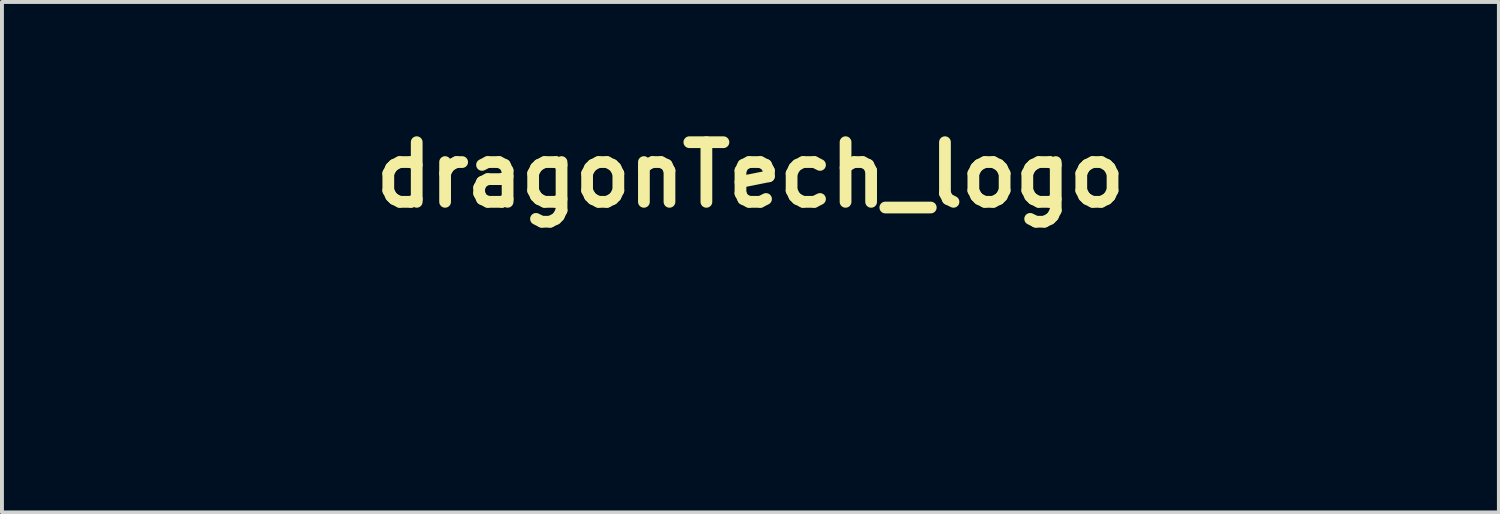
<source format=kicad_pcb>
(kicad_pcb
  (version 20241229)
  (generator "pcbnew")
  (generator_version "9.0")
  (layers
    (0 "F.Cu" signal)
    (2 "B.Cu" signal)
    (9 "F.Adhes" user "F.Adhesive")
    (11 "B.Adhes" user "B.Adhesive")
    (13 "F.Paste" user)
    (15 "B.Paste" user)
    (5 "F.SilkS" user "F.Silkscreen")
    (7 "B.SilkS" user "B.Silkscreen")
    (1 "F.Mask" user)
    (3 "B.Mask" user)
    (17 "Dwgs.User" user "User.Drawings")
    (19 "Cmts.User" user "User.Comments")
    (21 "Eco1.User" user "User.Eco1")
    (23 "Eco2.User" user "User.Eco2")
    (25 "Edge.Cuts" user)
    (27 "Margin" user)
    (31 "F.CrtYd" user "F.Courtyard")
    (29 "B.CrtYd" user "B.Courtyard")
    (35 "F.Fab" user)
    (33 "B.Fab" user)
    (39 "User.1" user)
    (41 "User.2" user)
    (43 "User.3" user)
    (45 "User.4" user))
  (footprint "dragonTech_logo"
    (layer "F.Cu")
    (at 16.125 4.918)
    (property "Reference" "dragonTech_logo" (at 0 -3.5 0) (layer "F.SilkS") (effects (font (size 1.524 1.524) (thickness 0.3))))
    (attr through_hole)
    (pad "" smd circle (at -16 -2) (size 0.25 0.25) (layers "F.Mask"))
    (pad "" smd circle (at -16 -1.5) (size 0.25 0.25) (layers "F.Mask"))
    (pad "" smd circle (at -16 -1) (size 0.25 0.25) (layers "F.Mask"))
    (pad "" smd circle (at -16 -0.5) (size 0.25 0.25) (layers "F.Mask"))
    (pad "" smd circle (at -16 0) (size 0.25 0.25) (layers "F.Mask"))
    (pad "" smd circle (at -16 0.5) (size 0.25 0.25) (layers "F.Mask"))
    (pad "" smd circle (at -16 1) (size 0.25 0.25) (layers "F.Mask"))
    (pad "" smd circle (at -16 1.5) (size 0.25 0.25) (layers "F.Mask"))
    (pad "" smd circle (at -15.5 -2) (size 0.25 0.25) (layers "F.Mask"))
    (pad "" smd circle (at -15.5 -1.5) (size 0.25 0.25) (layers "F.Mask"))
    (pad "" smd circle (at -15.5 -1) (size 0.25 0.25) (layers "F.Mask"))
    (pad "" smd circle (at -15.5 -0.5) (size 0.25 0.25) (layers "F.Mask"))
    (pad "" smd circle (at -15.5 0) (size 0.25 0.25) (layers "F.Mask"))
    (pad "" smd circle (at -15.5 0.5) (size 0.25 0.25) (layers "F.Mask"))
    (pad "" smd circle (at -15.5 1) (size 0.25 0.25) (layers "F.Mask"))
    (pad "" smd circle (at -15.5 1.5) (size 0.25 0.25) (layers "F.Mask"))
    (pad "" smd circle (at -15 -2) (size 0.25 0.25) (layers "F.Mask"))
    (pad "" smd circle (at -15 1.5) (size 0.25 0.25) (layers "F.Mask"))
    (pad "" smd circle (at -14.5 -1.5) (size 0.25 0.25) (layers "F.Mask"))
    (pad "" smd circle (at -14.5 -1) (size 0.25 0.25) (layers "F.Mask"))
    (pad "" smd circle (at -14.5 -0.5) (size 0.25 0.25) (layers "F.Mask"))
    (pad "" smd circle (at -14.5 0) (size 0.25 0.25) (layers "F.Mask"))
    (pad "" smd circle (at -14.5 0.5) (size 0.25 0.25) (layers "F.Mask"))
    (pad "" smd circle (at -14.5 1) (size 0.25 0.25) (layers "F.Mask"))
    (pad "" smd circle (at -13 -1.5) (size 0.25 0.25) (layers "F.Mask"))
    (pad "" smd circle (at -13 -1) (size 0.25 0.25) (layers "F.Mask"))
    (pad "" smd circle (at -13 -0.5) (size 0.25 0.25) (layers "F.Mask"))
    (pad "" smd circle (at -13 0) (size 0.25 0.25) (layers "F.Mask"))
    (pad "" smd circle (at -13 0.5) (size 0.25 0.25) (layers "F.Mask"))
    (pad "" smd circle (at -13 1) (size 0.25 0.25) (layers "F.Mask"))
    (pad "" smd circle (at -13 1.5) (size 0.25 0.25) (layers "F.Mask"))
    (pad "" smd circle (at -12.5 -1) (size 0.25 0.25) (layers "F.Mask"))
    (pad "" smd circle (at -12 -1) (size 0.25 0.25) (layers "F.Mask"))
    (pad "" smd circle (at -11 -1) (size 0.25 0.25) (layers "F.Mask"))
    (pad "" smd circle (at -11 0.5) (size 0.25 0.25) (layers "F.Mask"))
    (pad "" smd circle (at -11 1) (size 0.25 0.25) (layers "F.Mask"))
    (pad "" smd circle (at -11 1.5) (size 0.25 0.25) (layers "F.Mask"))
    (pad "" smd circle (at -10.5 -1.5) (size 0.25 0.25) (layers "F.Mask"))
    (pad "" smd circle (at -10.5 0.5) (size 0.25 0.25) (layers "F.Mask"))
    (pad "" smd circle (at -10.5 1.5) (size 0.25 0.25) (layers "F.Mask"))
    (pad "" smd circle (at -10 -1.5) (size 0.25 0.25) (layers "F.Mask"))
    (pad "" smd circle (at -10 -1) (size 0.25 0.25) (layers "F.Mask"))
    (pad "" smd circle (at -10 -0.5) (size 0.25 0.25) (layers "F.Mask"))
    (pad "" smd circle (at -10 0) (size 0.25 0.25) (layers "F.Mask"))
    (pad "" smd circle (at -10 0.5) (size 0.25 0.25) (layers "F.Mask"))
    (pad "" smd circle (at -10 1) (size 0.25 0.25) (layers "F.Mask"))
    (pad "" smd circle (at -10 1.5) (size 0.25 0.25) (layers "F.Mask"))
    (pad "" smd circle (at -8.5 -1) (size 0.25 0.25) (layers "F.Mask"))
    (pad "" smd circle (at -8.5 -0.5) (size 0.25 0.25) (layers "F.Mask"))
    (pad "" smd circle (at -8.5 0) (size 0.25 0.25) (layers "F.Mask"))
    (pad "" smd circle (at -8.5 0.5) (size 0.25 0.25) (layers "F.Mask"))
    (pad "" smd circle (at -8.5 1) (size 0.25 0.25) (layers "F.Mask"))
    (pad "" smd circle (at -8 -1.5) (size 0.25 0.25) (layers "F.Mask"))
    (pad "" smd circle (at -8 1) (size 0.25 0.25) (layers "F.Mask"))
    (pad "" smd circle (at -8 2) (size 0.25 0.25) (layers "F.Mask"))
    (pad "" smd circle (at -7.5 -1.5) (size 0.25 0.25) (layers "F.Mask"))
    (pad "" smd circle (at -7.5 1) (size 0.25 0.25) (layers "F.Mask"))
    (pad "" smd circle (at -7.5 2) (size 0.25 0.25) (layers "F.Mask"))
    (pad "" smd circle (at -7 -1.5) (size 0.25 0.25) (layers "F.Mask"))
    (pad "" smd circle (at -7 -1) (size 0.25 0.25) (layers "F.Mask"))
    (pad "" smd circle (at -7 -0.5) (size 0.25 0.25) (layers "F.Mask"))
    (pad "" smd circle (at -7 0) (size 0.25 0.25) (layers "F.Mask"))
    (pad "" smd circle (at -7 0.5) (size 0.25 0.25) (layers "F.Mask"))
    (pad "" smd circle (at -7 1) (size 0.25 0.25) (layers "F.Mask"))
    (pad "" smd circle (at -7 1.5) (size 0.25 0.25) (layers "F.Mask"))
    (pad "" smd circle (at -6 -1) (size 0.25 0.25) (layers "F.Mask"))
    (pad "" smd circle (at -6 -0.5) (size 0.25 0.25) (layers "F.Mask"))
    (pad "" smd circle (at -6 0) (size 0.25 0.25) (layers "F.Mask"))
    (pad "" smd circle (at -6 0.5) (size 0.25 0.25) (layers "F.Mask"))
    (pad "" smd circle (at -6 1) (size 0.25 0.25) (layers "F.Mask"))
    (pad "" smd circle (at -5.5 -1.5) (size 0.25 0.25) (layers "F.Mask"))
    (pad "" smd circle (at -5.5 -1) (size 0.25 0.25) (layers "F.Mask"))
    (pad "" smd circle (at -5.5 -0.5) (size 0.25 0.25) (layers "F.Mask"))
    (pad "" smd circle (at -5.5 0) (size 0.25 0.25) (layers "F.Mask"))
    (pad "" smd circle (at -5.5 0.5) (size 0.25 0.25) (layers "F.Mask"))
    (pad "" smd circle (at -5.5 1) (size 0.25 0.25) (layers "F.Mask"))
    (pad "" smd circle (at -5.5 1.5) (size 0.25 0.25) (layers "F.Mask"))
    (pad "" smd circle (at -5 -1.5) (size 0.25 0.25) (layers "F.Mask"))
    (pad "" smd circle (at -5 1.5) (size 0.25 0.25) (layers "F.Mask"))
    (pad "" smd circle (at -4.5 -1) (size 0.25 0.25) (layers "F.Mask"))
    (pad "" smd circle (at -4.5 -0.5) (size 0.25 0.25) (layers "F.Mask"))
    (pad "" smd circle (at -4.5 0) (size 0.25 0.25) (layers "F.Mask"))
    (pad "" smd circle (at -4.5 0.5) (size 0.25 0.25) (layers "F.Mask"))
    (pad "" smd circle (at -4.5 1) (size 0.25 0.25) (layers "F.Mask"))
    (pad "" smd circle (at -3 -1.5) (size 0.25 0.25) (layers "F.Mask"))
    (pad "" smd circle (at -3 -1) (size 0.25 0.25) (layers "F.Mask"))
    (pad "" smd circle (at -3 -0.5) (size 0.25 0.25) (layers "F.Mask"))
    (pad "" smd circle (at -3 0) (size 0.25 0.25) (layers "F.Mask"))
    (pad "" smd circle (at -3 0.5) (size 0.25 0.25) (layers "F.Mask"))
    (pad "" smd circle (at -3 1) (size 0.25 0.25) (layers "F.Mask"))
    (pad "" smd circle (at -3 1.5) (size 0.25 0.25) (layers "F.Mask"))
    (pad "" smd circle (at -2.5 -1) (size 0.25 0.25) (layers "F.Mask"))
    (pad "" smd circle (at -2 -1) (size 0.25 0.25) (layers "F.Mask"))
    (pad "" smd circle (at -1.5 -0.5) (size 0.25 0.25) (layers "F.Mask"))
    (pad "" smd circle (at -1.5 0) (size 0.25 0.25) (layers "F.Mask"))
    (pad "" smd circle (at -1.5 0.5) (size 0.25 0.25) (layers "F.Mask"))
    (pad "" smd circle (at -1.5 1) (size 0.25 0.25) (layers "F.Mask"))
    (pad "" smd circle (at -1.5 1.5) (size 0.25 0.25) (layers "F.Mask"))
    (pad "" smd circle (at -0.5 -2) (size 0.25 0.25) (layers "F.Mask"))
    (pad "" smd circle (at 0 -2) (size 0.25 0.25) (layers "F.Mask"))
    (pad "" smd circle (at 0 -1.5) (size 0.25 0.25) (layers "F.Mask"))
    (pad "" smd circle (at 0 -1) (size 0.25 0.25) (layers "F.Mask"))
    (pad "" smd circle (at 0 -0.5) (size 0.25 0.25) (layers "F.Mask"))
    (pad "" smd circle (at 0 0) (size 0.25 0.25) (layers "F.Mask"))
    (pad "" smd circle (at 0 0.5) (size 0.25 0.25) (layers "F.Mask"))
    (pad "" smd circle (at 0 1) (size 0.25 0.25) (layers "F.Mask"))
    (pad "" smd circle (at 0 1.5) (size 0.25 0.25) (layers "F.Mask"))
    (pad "" smd circle (at 0.5 -2) (size 0.25 0.25) (layers "F.Mask"))
    (pad "" smd circle (at 0.5 -1.5) (size 0.25 0.25) (layers "F.Mask"))
    (pad "" smd circle (at 0.5 -1) (size 0.25 0.25) (layers "F.Mask"))
    (pad "" smd circle (at 0.5 -0.5) (size 0.25 0.25) (layers "F.Mask"))
    (pad "" smd circle (at 0.5 0) (size 0.25 0.25) (layers "F.Mask"))
    (pad "" smd circle (at 0.5 0.5) (size 0.25 0.25) (layers "F.Mask"))
    (pad "" smd circle (at 0.5 1) (size 0.25 0.25) (layers "F.Mask"))
    (pad "" smd circle (at 0.5 1.5) (size 0.25 0.25) (layers "F.Mask"))
    (pad "" smd circle (at 1 -2) (size 0.25 0.25) (layers "F.Mask"))
    (pad "" smd circle (at 1.5 -1) (size 0.25 0.25) (layers "F.Mask"))
    (pad "" smd circle (at 1.5 -0.5) (size 0.25 0.25) (layers "F.Mask"))
    (pad "" smd circle (at 1.5 0) (size 0.25 0.25) (layers "F.Mask"))
    (pad "" smd circle (at 1.5 0.5) (size 0.25 0.25) (layers "F.Mask"))
    (pad "" smd circle (at 2 -1.5) (size 0.25 0.25) (layers "F.Mask"))
    (pad "" smd circle (at 2 -1) (size 0.25 0.25) (layers "F.Mask"))
    (pad "" smd circle (at 2 -0.5) (size 0.25 0.25) (layers "F.Mask"))
    (pad "" smd circle (at 2 0) (size 0.25 0.25) (layers "F.Mask"))
    (pad "" smd circle (at 2 0.5) (size 0.25 0.25) (layers "F.Mask"))
    (pad "" smd circle (at 2 1) (size 0.25 0.25) (layers "F.Mask"))
    (pad "" smd circle (at 2.5 -1.5) (size 0.25 0.25) (layers "F.Mask"))
    (pad "" smd circle (at 2.5 -0.5) (size 0.25 0.25) (layers "F.Mask"))
    (pad "" smd circle (at 2.5 1.5) (size 0.25 0.25) (layers "F.Mask"))
    (pad "" smd circle (at 3 -1) (size 0.25 0.25) (layers "F.Mask"))
    (pad "" smd circle (at 3 -0.5) (size 0.25 0.25) (layers "F.Mask"))
    (pad "" smd circle (at 3 0.5) (size 0.25 0.25) (layers "F.Mask"))
    (pad "" smd circle (at 3 1) (size 0.25 0.25) (layers "F.Mask"))
    (pad "" smd circle (at 4.5 -1) (size 0.25 0.25) (layers "F.Mask"))
    (pad "" smd circle (at 4.5 -0.5) (size 0.25 0.25) (layers "F.Mask"))
    (pad "" smd circle (at 4.5 0) (size 0.25 0.25) (layers "F.Mask"))
    (pad "" smd circle (at 4.5 0.5) (size 0.25 0.25) (layers "F.Mask"))
    (pad "" smd circle (at 4.5 1) (size 0.25 0.25) (layers "F.Mask"))
    (pad "" smd circle (at 5 -1.5) (size 0.25 0.25) (layers "F.Mask"))
    (pad "" smd circle (at 5 1.5) (size 0.25 0.25) (layers "F.Mask"))
    (pad "" smd circle (at 5.5 -1.5) (size 0.25 0.25) (layers "F.Mask"))
    (pad "" smd circle (at 5.5 1.5) (size 0.25 0.25) (layers "F.Mask"))
    (pad "" smd circle (at 6 -1) (size 0.25 0.25) (layers "F.Mask"))
    (pad "" smd circle (at 6 0.5) (size 0.25 0.25) (layers "F.Mask"))
    (pad "" smd circle (at 6 1) (size 0.25 0.25) (layers "F.Mask"))
    (pad "" smd circle (at 7 -2) (size 0.25 0.25) (layers "F.Mask"))
    (pad "" smd circle (at 7 -1.5) (size 0.25 0.25) (layers "F.Mask"))
    (pad "" smd circle (at 7 -1) (size 0.25 0.25) (layers "F.Mask"))
    (pad "" smd circle (at 7 -0.5) (size 0.25 0.25) (layers "F.Mask"))
    (pad "" smd circle (at 7 0) (size 0.25 0.25) (layers "F.Mask"))
    (pad "" smd circle (at 7 0.5) (size 0.25 0.25) (layers "F.Mask"))
    (pad "" smd circle (at 7 1) (size 0.25 0.25) (layers "F.Mask"))
    (pad "" smd circle (at 7 1.5) (size 0.25 0.25) (layers "F.Mask"))
    (pad "" smd circle (at 7.5 -1.5) (size 0.25 0.25) (layers "F.Mask"))
    (pad "" smd circle (at 8 -1.5) (size 0.25 0.25) (layers "F.Mask"))
    (pad "" smd circle (at 8.5 -1.5) (size 0.25 0.25) (layers "F.Mask"))
    (pad "" smd circle (at 8.5 -1) (size 0.25 0.25) (layers "F.Mask"))
    (pad "" smd circle (at 8.5 -0.5) (size 0.25 0.25) (layers "F.Mask"))
    (pad "" smd circle (at 8.5 0) (size 0.25 0.25) (layers "F.Mask"))
    (pad "" smd circle (at 8.5 0.5) (size 0.25 0.25) (layers "F.Mask"))
    (pad "" smd circle (at 8.5 1) (size 0.25 0.25) (layers "F.Mask"))
    (pad "" smd circle (at 8.5 1.5) (size 0.25 0.25) (layers "F.Mask"))
    (pad "" smd circle (at 10.5 -2) (size 0.25 0.25) (layers "F.Mask"))
    (pad "" smd circle (at 10.5 -1.5) (size 0.25 0.25) (layers "F.Mask"))
    (pad "" smd circle (at 10.5 -1) (size 0.25 0.25) (layers "F.Mask"))
    (pad "" smd circle (at 10.5 -0.5) (size 0.25 0.25) (layers "F.Mask"))
    (pad "" smd circle (at 10.5 0) (size 0.25 0.25) (layers "F.Mask"))
    (pad "" smd circle (at 10.5 0.5) (size 0.25 0.25) (layers "F.Mask"))
    (pad "" smd circle (at 10.5 1) (size 0.25 0.25) (layers "F.Mask"))
    (pad "" smd circle (at 10.5 1.5) (size 0.25 0.25) (layers "F.Mask"))
    (pad "" smd circle (at 11 -2) (size 0.25 0.25) (layers "F.Mask"))
    (pad "" smd circle (at 11 -1.5) (size 0.25 0.25) (layers "F.Mask"))
    (pad "" smd circle (at 11 -1) (size 0.25 0.25) (layers "F.Mask"))
    (pad "" smd circle (at 11 -0.5) (size 0.25 0.25) (layers "F.Mask"))
    (pad "" smd circle (at 11 0) (size 0.25 0.25) (layers "F.Mask"))
    (pad "" smd circle (at 11 0.5) (size 0.25 0.25) (layers "F.Mask"))
    (pad "" smd circle (at 11 1) (size 0.25 0.25) (layers "F.Mask"))
    (pad "" smd circle (at 11 1.5) (size 0.25 0.25) (layers "F.Mask"))
    (pad "" smd circle (at 11.5 1.5) (size 0.25 0.25) (layers "F.Mask"))
    (pad "" smd circle (at 12.5 -2) (size 0.25 0.25) (layers "F.Mask"))
    (pad "" smd circle (at 12.5 -1.5) (size 0.25 0.25) (layers "F.Mask"))
    (pad "" smd circle (at 12.5 -1) (size 0.25 0.25) (layers "F.Mask"))
    (pad "" smd circle (at 12.5 -0.5) (size 0.25 0.25) (layers "F.Mask"))
    (pad "" smd circle (at 12.5 0) (size 0.25 0.25) (layers "F.Mask"))
    (pad "" smd circle (at 12.5 0.5) (size 0.25 0.25) (layers "F.Mask"))
    (pad "" smd circle (at 12.5 1) (size 0.25 0.25) (layers "F.Mask"))
    (pad "" smd circle (at 12.5 1.5) (size 0.25 0.25) (layers "F.Mask"))
    (pad "" smd circle (at 13 -2) (size 0.25 0.25) (layers "F.Mask"))
    (pad "" smd circle (at 13 -1.5) (size 0.25 0.25) (layers "F.Mask"))
    (pad "" smd circle (at 13 -1) (size 0.25 0.25) (layers "F.Mask"))
    (pad "" smd circle (at 13 -0.5) (size 0.25 0.25) (layers "F.Mask"))
    (pad "" smd circle (at 13 0) (size 0.25 0.25) (layers "F.Mask"))
    (pad "" smd circle (at 13 0.5) (size 0.25 0.25) (layers "F.Mask"))
    (pad "" smd circle (at 13 1) (size 0.25 0.25) (layers "F.Mask"))
    (pad "" smd circle (at 13 1.5) (size 0.25 0.25) (layers "F.Mask"))
    (pad "" smd circle (at 13.5 1.5) (size 0.25 0.25) (layers "F.Mask"))
    (pad "" smd circle (at 14.5 -1.5) (size 0.25 0.25) (layers "F.Mask"))
    (pad "" smd circle (at 14.5 -1) (size 0.25 0.25) (layers "F.Mask"))
    (pad "" smd circle (at 14.5 -0.5) (size 0.25 0.25) (layers "F.Mask"))
    (pad "" smd circle (at 14.5 0) (size 0.25 0.25) (layers "F.Mask"))
    (pad "" smd circle (at 14.5 0.5) (size 0.25 0.25) (layers "F.Mask"))
    (pad "" smd circle (at 14.5 1) (size 0.25 0.25) (layers "F.Mask"))
    (pad "" smd circle (at 15 -2) (size 0.25 0.25) (layers "F.Mask"))
    (pad "" smd circle (at 15 -1.5) (size 0.25 0.25) (layers "F.Mask"))
    (pad "" smd circle (at 15 -1) (size 0.25 0.25) (layers "F.Mask"))
    (pad "" smd circle (at 15 -0.5) (size 0.25 0.25) (layers "F.Mask"))
    (pad "" smd circle (at 15 0) (size 0.25 0.25) (layers "F.Mask"))
    (pad "" smd circle (at 15 0.5) (size 0.25 0.25) (layers "F.Mask"))
    (pad "" smd circle (at 15 1) (size 0.25 0.25) (layers "F.Mask"))
    (pad "" smd circle (at 15 1.5) (size 0.25 0.25) (layers "F.Mask"))
    (pad "" smd circle (at 15.5 -2) (size 0.25 0.25) (layers "F.Mask"))
    (pad "" smd circle (at 15.5 1.5) (size 0.25 0.25) (layers "F.Mask"))
    (pad "" smd circle (at 16 -1.5) (size 0.25 0.25) (layers "F.Mask"))
    (pad "" smd circle (at 16 -1) (size 0.25 0.25) (layers "F.Mask"))
    (pad "" smd circle (at 16 0.5) (size 0.25 0.25) (layers "F.Mask"))
    (pad "" smd circle (at 16 1) (size 0.25 0.25) (layers "F.Mask")))
  (gr_rect
    (start -3 -3)
    (end 35.25 10.043)
    (stroke (width 0.1) (type default))
    (fill no)
    (layer "Edge.Cuts")))
</source>
